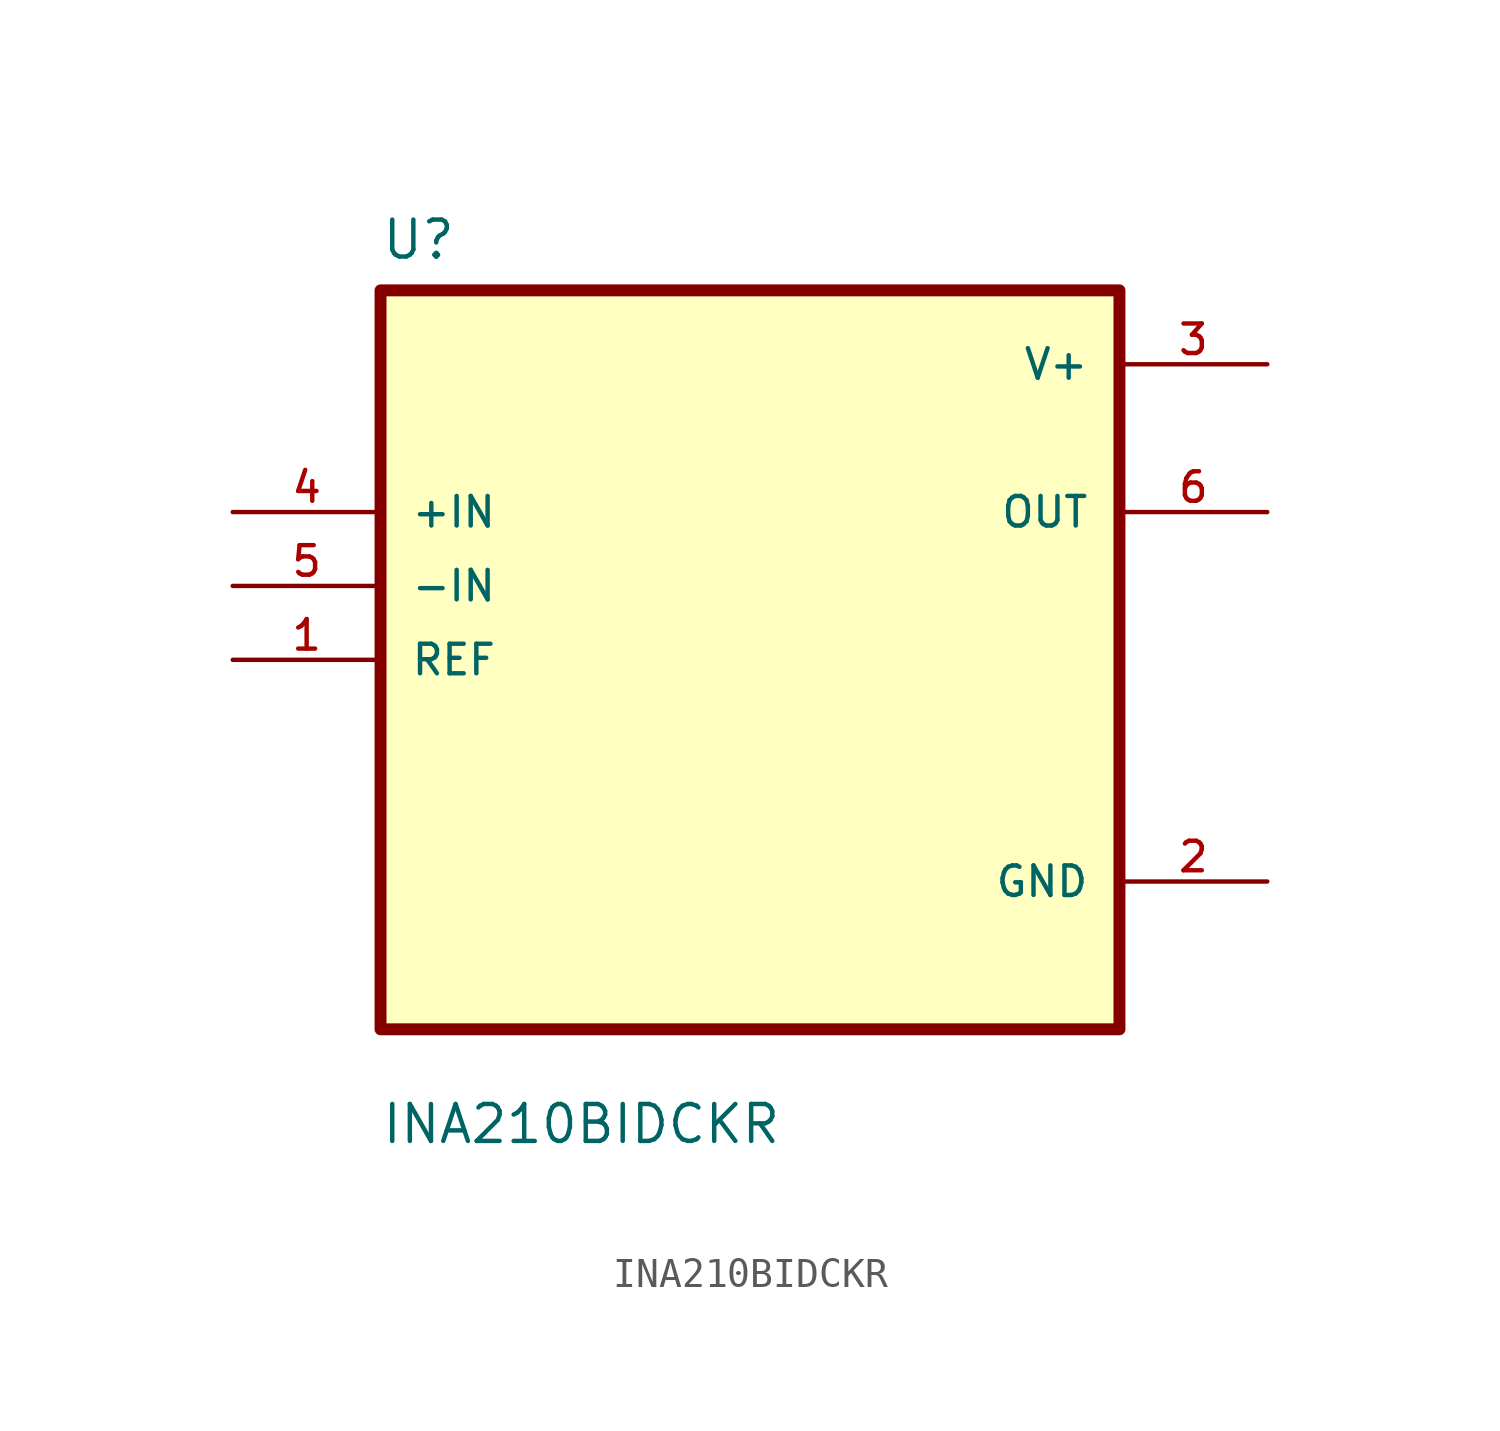
<source format=kicad_sym>
(kicad_symbol_lib
  (version 20231120)
  (generator "kicad_symbol_editor")
  (generator_version "8.0")
  (symbol "INA210BIDCKR"
    (pin_names
      (offset 1.016))
    (property "Reference" "U"
      (at -12.7 13.7 0)
      (effects (font (size 1.27 1.27)) (justify left bottom)))
    (property "Value" "INA210BIDCKR"
      (at -12.7 -16.7 0)
      (effects (font (size 1.27 1.27)) (justify left bottom)))
    (symbol "INA210BIDCKR_0_0"
      (rectangle (start -12.7 -12.7) (end 12.7 12.7) (stroke (width 0.41) (type default)) (fill (type background)))
      (pin input line (at -17.78 0 0) (length 5.08) (name "REF" (effects (font (size 1.016 1.016)))) (number "1" (effects (font (size 1.016 1.016)))))
      (pin power_in line (at 17.78 -7.62 180) (length 5.08) (name "GND" (effects (font (size 1.016 1.016)))) (number "2" (effects (font (size 1.016 1.016)))))
      (pin power_in line (at 17.78 10.16 180) (length 5.08) (name "V+" (effects (font (size 1.016 1.016)))) (number "3" (effects (font (size 1.016 1.016)))))
      (pin input line (at -17.78 5.08 0) (length 5.08) (name "+IN" (effects (font (size 1.016 1.016)))) (number "4" (effects (font (size 1.016 1.016)))))
      (pin input line (at -17.78 2.54 0) (length 5.08) (name "-IN" (effects (font (size 1.016 1.016)))) (number "5" (effects (font (size 1.016 1.016)))))
      (pin output line (at 17.78 5.08 180) (length 5.08) (name "OUT" (effects (font (size 1.016 1.016)))) (number "6" (effects (font (size 1.016 1.016))))))))
</source>
